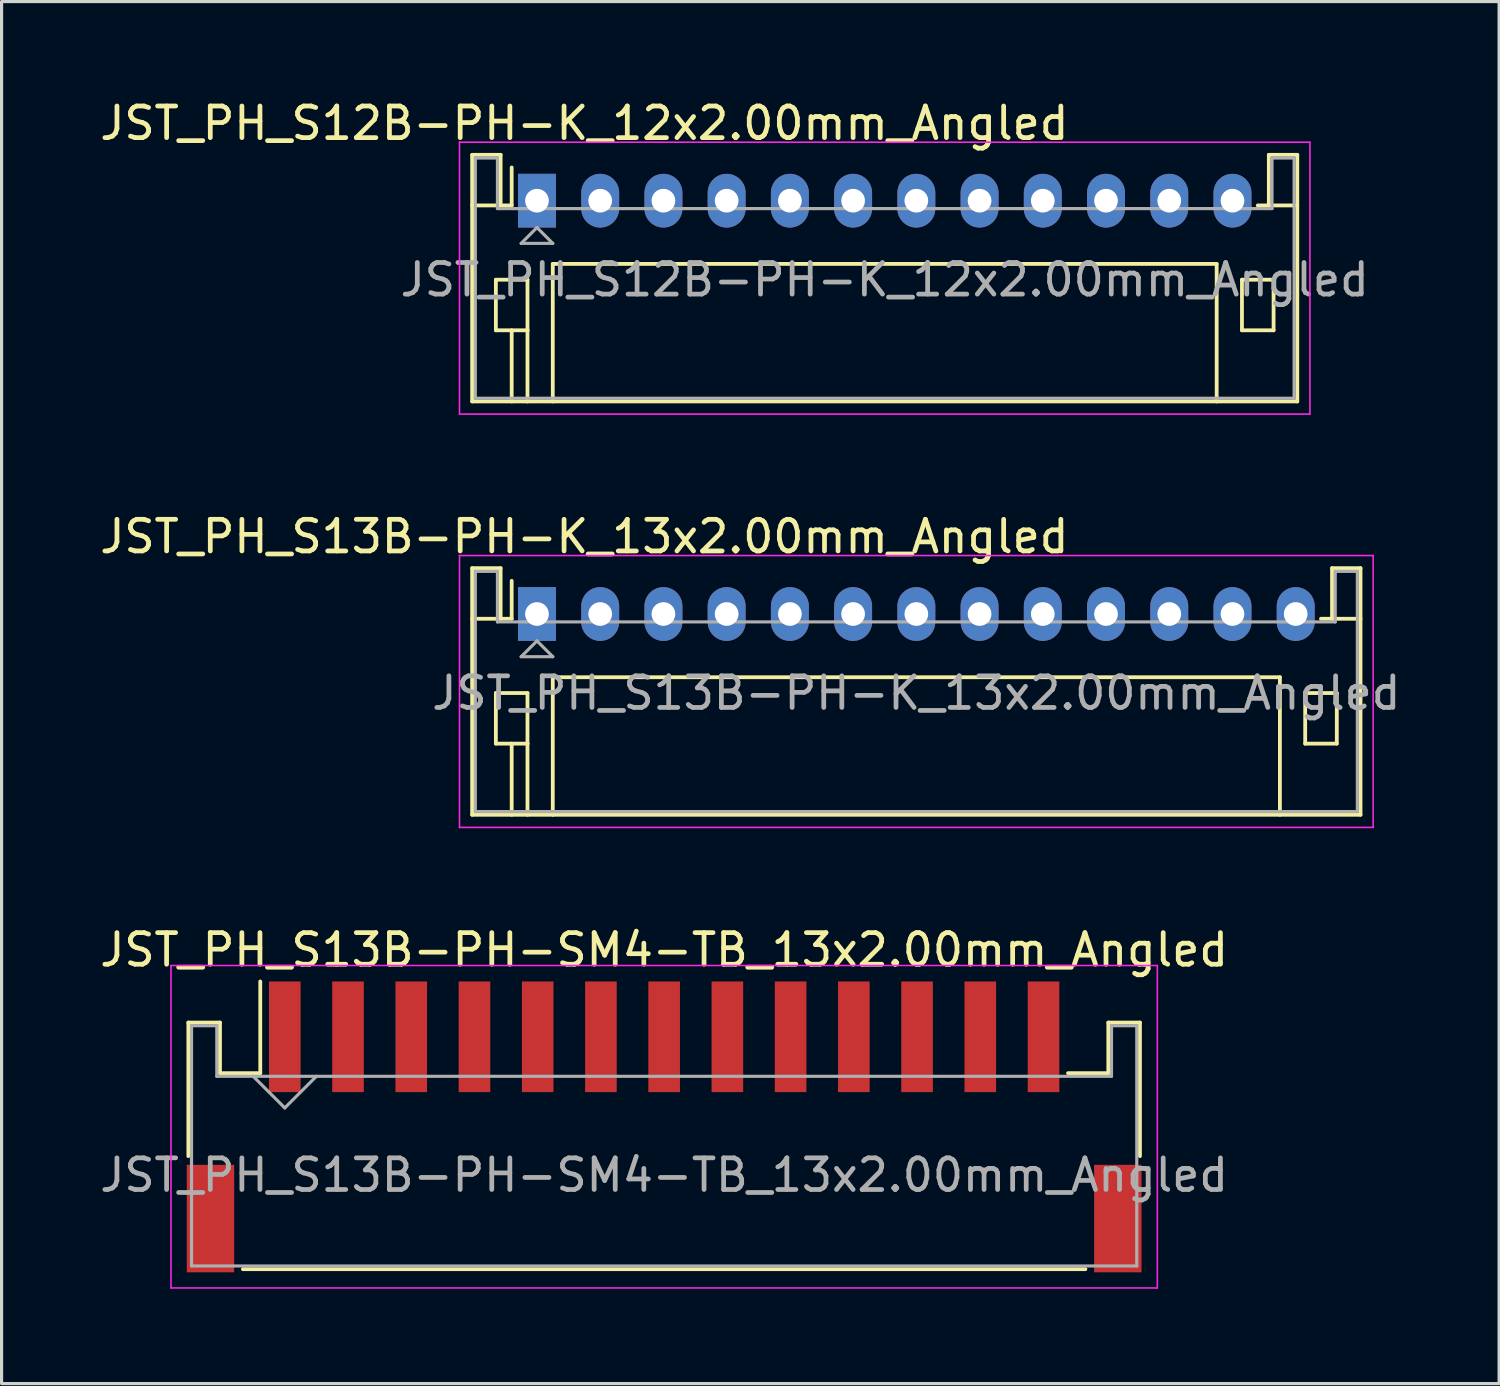
<source format=kicad_pcb>
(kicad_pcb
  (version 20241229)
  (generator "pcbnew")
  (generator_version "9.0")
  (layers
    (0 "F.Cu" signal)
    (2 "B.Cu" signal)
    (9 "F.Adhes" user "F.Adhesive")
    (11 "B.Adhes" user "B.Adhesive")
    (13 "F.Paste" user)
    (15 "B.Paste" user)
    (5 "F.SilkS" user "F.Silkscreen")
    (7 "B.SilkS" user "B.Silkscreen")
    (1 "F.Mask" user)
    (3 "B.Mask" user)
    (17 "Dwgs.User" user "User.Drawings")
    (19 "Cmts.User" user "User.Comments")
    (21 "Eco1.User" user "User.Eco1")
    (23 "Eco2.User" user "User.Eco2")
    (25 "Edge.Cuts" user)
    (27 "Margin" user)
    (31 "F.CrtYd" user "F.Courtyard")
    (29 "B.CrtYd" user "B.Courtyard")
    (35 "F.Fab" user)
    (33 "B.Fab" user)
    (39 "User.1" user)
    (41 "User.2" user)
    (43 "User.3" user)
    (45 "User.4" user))
  (footprint "JST_PH_S13B-PH-SM4-TB_13x2.00mm_Angled"
    (layer "F.Cu")
    (at 17.958 32.62)
    (property "Reference" "JST_PH_S13B-PH-SM4-TB_13x2.00mm_Angled" (at 0 -5.625 0) (layer "F.SilkS") (effects (font (size 1 1) (thickness 0.15))))
    (attr smd)
    (fp_line (start -15.05 -3.325) (end -15.05 0.9) (stroke (width 0.12) (type solid)) (layer "F.SilkS"))
    (fp_line (start -14.05 -3.325) (end -15.05 -3.325) (stroke (width 0.12) (type solid)) (layer "F.SilkS"))
    (fp_line (start -14.05 -1.725) (end -14.05 -3.325) (stroke (width 0.12) (type solid)) (layer "F.SilkS"))
    (fp_line (start -13.325 4.475) (end 13.325 4.475) (stroke (width 0.12) (type solid)) (layer "F.SilkS"))
    (fp_line (start -12.775 -1.725) (end -14.05 -1.725) (stroke (width 0.12) (type solid)) (layer "F.SilkS"))
    (fp_line (start -12.775 -1.725) (end -12.775 -4.625) (stroke (width 0.12) (type solid)) (layer "F.SilkS"))
    (fp_line (start 14.05 -3.325) (end 14.05 -1.725) (stroke (width 0.12) (type solid)) (layer "F.SilkS"))
    (fp_line (start 14.05 -1.725) (end 12.775 -1.725) (stroke (width 0.12) (type solid)) (layer "F.SilkS"))
    (fp_line (start 15.05 -3.325) (end 14.05 -3.325) (stroke (width 0.12) (type solid)) (layer "F.SilkS"))
    (fp_line (start 15.05 0.9) (end 15.05 -3.325) (stroke (width 0.12) (type solid)) (layer "F.SilkS"))
    (fp_line (start -15.6 -5.13) (end -15.6 5.07) (stroke (width 0.05) (type solid)) (layer "F.CrtYd"))
    (fp_line (start -15.6 5.07) (end 15.6 5.07) (stroke (width 0.05) (type solid)) (layer "F.CrtYd"))
    (fp_line (start 15.6 -5.13) (end -15.6 -5.13) (stroke (width 0.05) (type solid)) (layer "F.CrtYd"))
    (fp_line (start 15.6 5.07) (end 15.6 -5.13) (stroke (width 0.05) (type solid)) (layer "F.CrtYd"))
    (fp_line (start -14.95 -3.225) (end -14.95 4.375) (stroke (width 0.1) (type solid)) (layer "F.Fab"))
    (fp_line (start -14.95 4.375) (end 14.95 4.375) (stroke (width 0.1) (type solid)) (layer "F.Fab"))
    (fp_line (start -14.15 -3.225) (end -14.95 -3.225) (stroke (width 0.1) (type solid)) (layer "F.Fab"))
    (fp_line (start -14.15 -1.625) (end -14.15 -3.225) (stroke (width 0.1) (type solid)) (layer "F.Fab"))
    (fp_line (start -13 -1.625) (end -12 -0.625) (stroke (width 0.1) (type solid)) (layer "F.Fab"))
    (fp_line (start -12 -0.625) (end -11 -1.625) (stroke (width 0.1) (type solid)) (layer "F.Fab"))
    (fp_line (start 14.15 -3.225) (end 14.15 -1.625) (stroke (width 0.1) (type solid)) (layer "F.Fab"))
    (fp_line (start 14.15 -1.625) (end -14.15 -1.625) (stroke (width 0.1) (type solid)) (layer "F.Fab"))
    (fp_line (start 14.95 -3.225) (end 14.15 -3.225) (stroke (width 0.1) (type solid)) (layer "F.Fab"))
    (fp_line (start 14.95 4.375) (end 14.95 -3.225) (stroke (width 0.1) (type solid)) (layer "F.Fab"))
    (fp_text user "${REFERENCE}" (at 0 1.5 0) (layer "F.Fab") (effects (font (size 1 1) (thickness 0.15))))
    (pad "" smd rect (at -14.35 2.875) (size 1.5 3.4) (layers "F.Cu" "F.Mask" "F.Paste"))
    (pad "" smd rect (at 14.35 2.875) (size 1.5 3.4) (layers "F.Cu" "F.Mask" "F.Paste"))
    (pad "1" smd rect (at -12 -2.875) (size 1 3.5) (layers "F.Cu" "F.Mask" "F.Paste"))
    (pad "2" smd rect (at -10 -2.875) (size 1 3.5) (layers "F.Cu" "F.Mask" "F.Paste"))
    (pad "3" smd rect (at -8 -2.875) (size 1 3.5) (layers "F.Cu" "F.Mask" "F.Paste"))
    (pad "4" smd rect (at -6 -2.875) (size 1 3.5) (layers "F.Cu" "F.Mask" "F.Paste"))
    (pad "5" smd rect (at -4 -2.875) (size 1 3.5) (layers "F.Cu" "F.Mask" "F.Paste"))
    (pad "6" smd rect (at -2 -2.875) (size 1 3.5) (layers "F.Cu" "F.Mask" "F.Paste"))
    (pad "7" smd rect (at 0 -2.875) (size 1 3.5) (layers "F.Cu" "F.Mask" "F.Paste"))
    (pad "8" smd rect (at 2 -2.875) (size 1 3.5) (layers "F.Cu" "F.Mask" "F.Paste"))
    (pad "9" smd rect (at 4 -2.875) (size 1 3.5) (layers "F.Cu" "F.Mask" "F.Paste"))
    (pad "10" smd rect (at 6 -2.875) (size 1 3.5) (layers "F.Cu" "F.Mask" "F.Paste"))
    (pad "11" smd rect (at 8 -2.875) (size 1 3.5) (layers "F.Cu" "F.Mask" "F.Paste"))
    (pad "12" smd rect (at 10 -2.875) (size 1 3.5) (layers "F.Cu" "F.Mask" "F.Paste"))
    (pad "13" smd rect (at 12 -2.875) (size 1 3.5) (layers "F.Cu" "F.Mask" "F.Paste")))
  (footprint "JST_PH_S12B-PH-K_12x2.00mm_Angled"
    (layer "F.Cu")
    (at 13.935 3.298)
    (property "Reference" "JST_PH_S12B-PH-K_12x2.00mm_Angled" (at 1.5 -2.45 0) (layer "F.SilkS") (effects (font (size 1 1) (thickness 0.15))))
    (attr through_hole)
    (fp_line (start -2.05 -1.45) (end -2.05 6.35) (stroke (width 0.12) (type solid)) (layer "F.SilkS"))
    (fp_line (start -2.05 0.15) (end -1.15 0.15) (stroke (width 0.12) (type solid)) (layer "F.SilkS"))
    (fp_line (start -2.05 6.35) (end 24.05 6.35) (stroke (width 0.12) (type solid)) (layer "F.SilkS"))
    (fp_line (start -1.3 2.5) (end -1.3 4.1) (stroke (width 0.12) (type solid)) (layer "F.SilkS"))
    (fp_line (start -1.3 4.1) (end -0.3 4.1) (stroke (width 0.12) (type solid)) (layer "F.SilkS"))
    (fp_line (start -1.15 -1.45) (end -2.05 -1.45) (stroke (width 0.12) (type solid)) (layer "F.SilkS"))
    (fp_line (start -1.15 0.15) (end -1.15 -1.45) (stroke (width 0.12) (type solid)) (layer "F.SilkS"))
    (fp_line (start -0.8 0.15) (end -1.15 0.15) (stroke (width 0.12) (type solid)) (layer "F.SilkS"))
    (fp_line (start -0.8 0.15) (end -0.8 -1.05) (stroke (width 0.12) (type solid)) (layer "F.SilkS"))
    (fp_line (start -0.8 4.1) (end -0.8 6.35) (stroke (width 0.12) (type solid)) (layer "F.SilkS"))
    (fp_line (start -0.3 2.5) (end -1.3 2.5) (stroke (width 0.12) (type solid)) (layer "F.SilkS"))
    (fp_line (start -0.3 4.1) (end -0.3 2.5) (stroke (width 0.12) (type solid)) (layer "F.SilkS"))
    (fp_line (start -0.3 4.1) (end -0.3 6.35) (stroke (width 0.12) (type solid)) (layer "F.SilkS"))
    (fp_line (start 0.5 2) (end 21.5 2) (stroke (width 0.12) (type solid)) (layer "F.SilkS"))
    (fp_line (start 0.5 6.35) (end 0.5 2) (stroke (width 0.12) (type solid)) (layer "F.SilkS"))
    (fp_line (start 21.5 2) (end 21.5 6.35) (stroke (width 0.12) (type solid)) (layer "F.SilkS"))
    (fp_line (start 22.3 2.5) (end 23.3 2.5) (stroke (width 0.12) (type solid)) (layer "F.SilkS"))
    (fp_line (start 22.3 4.1) (end 22.3 2.5) (stroke (width 0.12) (type solid)) (layer "F.SilkS"))
    (fp_line (start 23.15 -1.45) (end 23.15 0.15) (stroke (width 0.12) (type solid)) (layer "F.SilkS"))
    (fp_line (start 23.15 0.15) (end 22.8 0.15) (stroke (width 0.12) (type solid)) (layer "F.SilkS"))
    (fp_line (start 23.3 2.5) (end 23.3 4.1) (stroke (width 0.12) (type solid)) (layer "F.SilkS"))
    (fp_line (start 23.3 4.1) (end 22.3 4.1) (stroke (width 0.12) (type solid)) (layer "F.SilkS"))
    (fp_line (start 24.05 -1.45) (end 23.15 -1.45) (stroke (width 0.12) (type solid)) (layer "F.SilkS"))
    (fp_line (start 24.05 0.15) (end 23.15 0.15) (stroke (width 0.12) (type solid)) (layer "F.SilkS"))
    (fp_line (start 24.05 6.35) (end 24.05 -1.45) (stroke (width 0.12) (type solid)) (layer "F.SilkS"))
    (fp_line (start -2.45 -1.85) (end -2.45 6.75) (stroke (width 0.05) (type solid)) (layer "F.CrtYd"))
    (fp_line (start -2.45 6.75) (end 24.45 6.75) (stroke (width 0.05) (type solid)) (layer "F.CrtYd"))
    (fp_line (start 24.45 -1.85) (end -2.45 -1.85) (stroke (width 0.05) (type solid)) (layer "F.CrtYd"))
    (fp_line (start 24.45 6.75) (end 24.45 -1.85) (stroke (width 0.05) (type solid)) (layer "F.CrtYd"))
    (fp_line (start -1.95 -1.35) (end -1.95 6.25) (stroke (width 0.1) (type solid)) (layer "F.Fab"))
    (fp_line (start -1.95 6.25) (end 23.95 6.25) (stroke (width 0.1) (type solid)) (layer "F.Fab"))
    (fp_line (start -1.25 -1.35) (end -1.95 -1.35) (stroke (width 0.1) (type solid)) (layer "F.Fab"))
    (fp_line (start -1.25 0.25) (end -1.25 -1.35) (stroke (width 0.1) (type solid)) (layer "F.Fab"))
    (fp_line (start -0.5 1.35) (end 0.5 1.35) (stroke (width 0.1) (type solid)) (layer "F.Fab"))
    (fp_line (start 0 0.85) (end -0.5 1.35) (stroke (width 0.1) (type solid)) (layer "F.Fab"))
    (fp_line (start 0.5 1.35) (end 0 0.85) (stroke (width 0.1) (type solid)) (layer "F.Fab"))
    (fp_line (start 23.25 -1.35) (end 23.25 0.25) (stroke (width 0.1) (type solid)) (layer "F.Fab"))
    (fp_line (start 23.25 0.25) (end -1.25 0.25) (stroke (width 0.1) (type solid)) (layer "F.Fab"))
    (fp_line (start 23.95 -1.35) (end 23.25 -1.35) (stroke (width 0.1) (type solid)) (layer "F.Fab"))
    (fp_line (start 23.95 6.25) (end 23.95 -1.35) (stroke (width 0.1) (type solid)) (layer "F.Fab"))
    (fp_text user "${REFERENCE}" (at 11 2.5 0) (layer "F.Fab") (effects (font (size 1 1) (thickness 0.15))))
    (pad "1" thru_hole rect (at 0 0) (size 1.2 1.7) (drill 0.75) (layers "*.Cu" "*.Mask"))
    (pad "2" thru_hole oval (at 2 0) (size 1.2 1.7) (drill 0.75) (layers "*.Cu" "*.Mask"))
    (pad "3" thru_hole oval (at 4 0) (size 1.2 1.7) (drill 0.75) (layers "*.Cu" "*.Mask"))
    (pad "4" thru_hole oval (at 6 0) (size 1.2 1.7) (drill 0.75) (layers "*.Cu" "*.Mask"))
    (pad "5" thru_hole oval (at 8 0) (size 1.2 1.7) (drill 0.75) (layers "*.Cu" "*.Mask"))
    (pad "6" thru_hole oval (at 10 0) (size 1.2 1.7) (drill 0.75) (layers "*.Cu" "*.Mask"))
    (pad "7" thru_hole oval (at 12 0) (size 1.2 1.7) (drill 0.75) (layers "*.Cu" "*.Mask"))
    (pad "8" thru_hole oval (at 14 0) (size 1.2 1.7) (drill 0.75) (layers "*.Cu" "*.Mask"))
    (pad "9" thru_hole oval (at 16 0) (size 1.2 1.7) (drill 0.75) (layers "*.Cu" "*.Mask"))
    (pad "10" thru_hole oval (at 18 0) (size 1.2 1.7) (drill 0.75) (layers "*.Cu" "*.Mask"))
    (pad "11" thru_hole oval (at 20 0) (size 1.2 1.7) (drill 0.75) (layers "*.Cu" "*.Mask"))
    (pad "12" thru_hole oval (at 22 0) (size 1.2 1.7) (drill 0.75) (layers "*.Cu" "*.Mask")))
  (footprint "JST_PH_S13B-PH-K_13x2.00mm_Angled"
    (layer "F.Cu")
    (at 13.935 16.372)
    (property "Reference" "JST_PH_S13B-PH-K_13x2.00mm_Angled" (at 1.5 -2.45 0) (layer "F.SilkS") (effects (font (size 1 1) (thickness 0.15))))
    (attr through_hole)
    (fp_line (start -2.05 -1.45) (end -2.05 6.35) (stroke (width 0.12) (type solid)) (layer "F.SilkS"))
    (fp_line (start -2.05 0.15) (end -1.15 0.15) (stroke (width 0.12) (type solid)) (layer "F.SilkS"))
    (fp_line (start -2.05 6.35) (end 26.05 6.35) (stroke (width 0.12) (type solid)) (layer "F.SilkS"))
    (fp_line (start -1.3 2.5) (end -1.3 4.1) (stroke (width 0.12) (type solid)) (layer "F.SilkS"))
    (fp_line (start -1.3 4.1) (end -0.3 4.1) (stroke (width 0.12) (type solid)) (layer "F.SilkS"))
    (fp_line (start -1.15 -1.45) (end -2.05 -1.45) (stroke (width 0.12) (type solid)) (layer "F.SilkS"))
    (fp_line (start -1.15 0.15) (end -1.15 -1.45) (stroke (width 0.12) (type solid)) (layer "F.SilkS"))
    (fp_line (start -0.8 0.15) (end -1.15 0.15) (stroke (width 0.12) (type solid)) (layer "F.SilkS"))
    (fp_line (start -0.8 0.15) (end -0.8 -1.05) (stroke (width 0.12) (type solid)) (layer "F.SilkS"))
    (fp_line (start -0.8 4.1) (end -0.8 6.35) (stroke (width 0.12) (type solid)) (layer "F.SilkS"))
    (fp_line (start -0.3 2.5) (end -1.3 2.5) (stroke (width 0.12) (type solid)) (layer "F.SilkS"))
    (fp_line (start -0.3 4.1) (end -0.3 2.5) (stroke (width 0.12) (type solid)) (layer "F.SilkS"))
    (fp_line (start -0.3 4.1) (end -0.3 6.35) (stroke (width 0.12) (type solid)) (layer "F.SilkS"))
    (fp_line (start 0.5 2) (end 23.5 2) (stroke (width 0.12) (type solid)) (layer "F.SilkS"))
    (fp_line (start 0.5 6.35) (end 0.5 2) (stroke (width 0.12) (type solid)) (layer "F.SilkS"))
    (fp_line (start 23.5 2) (end 23.5 6.35) (stroke (width 0.12) (type solid)) (layer "F.SilkS"))
    (fp_line (start 24.3 2.5) (end 25.3 2.5) (stroke (width 0.12) (type solid)) (layer "F.SilkS"))
    (fp_line (start 24.3 4.1) (end 24.3 2.5) (stroke (width 0.12) (type solid)) (layer "F.SilkS"))
    (fp_line (start 25.15 -1.45) (end 25.15 0.15) (stroke (width 0.12) (type solid)) (layer "F.SilkS"))
    (fp_line (start 25.15 0.15) (end 24.8 0.15) (stroke (width 0.12) (type solid)) (layer "F.SilkS"))
    (fp_line (start 25.3 2.5) (end 25.3 4.1) (stroke (width 0.12) (type solid)) (layer "F.SilkS"))
    (fp_line (start 25.3 4.1) (end 24.3 4.1) (stroke (width 0.12) (type solid)) (layer "F.SilkS"))
    (fp_line (start 26.05 -1.45) (end 25.15 -1.45) (stroke (width 0.12) (type solid)) (layer "F.SilkS"))
    (fp_line (start 26.05 0.15) (end 25.15 0.15) (stroke (width 0.12) (type solid)) (layer "F.SilkS"))
    (fp_line (start 26.05 6.35) (end 26.05 -1.45) (stroke (width 0.12) (type solid)) (layer "F.SilkS"))
    (fp_line (start -2.45 -1.85) (end -2.45 6.75) (stroke (width 0.05) (type solid)) (layer "F.CrtYd"))
    (fp_line (start -2.45 6.75) (end 26.45 6.75) (stroke (width 0.05) (type solid)) (layer "F.CrtYd"))
    (fp_line (start 26.45 -1.85) (end -2.45 -1.85) (stroke (width 0.05) (type solid)) (layer "F.CrtYd"))
    (fp_line (start 26.45 6.75) (end 26.45 -1.85) (stroke (width 0.05) (type solid)) (layer "F.CrtYd"))
    (fp_line (start -1.95 -1.35) (end -1.95 6.25) (stroke (width 0.1) (type solid)) (layer "F.Fab"))
    (fp_line (start -1.95 6.25) (end 25.95 6.25) (stroke (width 0.1) (type solid)) (layer "F.Fab"))
    (fp_line (start -1.25 -1.35) (end -1.95 -1.35) (stroke (width 0.1) (type solid)) (layer "F.Fab"))
    (fp_line (start -1.25 0.25) (end -1.25 -1.35) (stroke (width 0.1) (type solid)) (layer "F.Fab"))
    (fp_line (start -0.5 1.35) (end 0.5 1.35) (stroke (width 0.1) (type solid)) (layer "F.Fab"))
    (fp_line (start 0 0.85) (end -0.5 1.35) (stroke (width 0.1) (type solid)) (layer "F.Fab"))
    (fp_line (start 0.5 1.35) (end 0 0.85) (stroke (width 0.1) (type solid)) (layer "F.Fab"))
    (fp_line (start 25.25 -1.35) (end 25.25 0.25) (stroke (width 0.1) (type solid)) (layer "F.Fab"))
    (fp_line (start 25.25 0.25) (end -1.25 0.25) (stroke (width 0.1) (type solid)) (layer "F.Fab"))
    (fp_line (start 25.95 -1.35) (end 25.25 -1.35) (stroke (width 0.1) (type solid)) (layer "F.Fab"))
    (fp_line (start 25.95 6.25) (end 25.95 -1.35) (stroke (width 0.1) (type solid)) (layer "F.Fab"))
    (fp_text user "${REFERENCE}" (at 12 2.5 0) (layer "F.Fab") (effects (font (size 1 1) (thickness 0.15))))
    (pad "1" thru_hole rect (at 0 0) (size 1.2 1.7) (drill 0.75) (layers "*.Cu" "*.Mask"))
    (pad "2" thru_hole oval (at 2 0) (size 1.2 1.7) (drill 0.75) (layers "*.Cu" "*.Mask"))
    (pad "3" thru_hole oval (at 4 0) (size 1.2 1.7) (drill 0.75) (layers "*.Cu" "*.Mask"))
    (pad "4" thru_hole oval (at 6 0) (size 1.2 1.7) (drill 0.75) (layers "*.Cu" "*.Mask"))
    (pad "5" thru_hole oval (at 8 0) (size 1.2 1.7) (drill 0.75) (layers "*.Cu" "*.Mask"))
    (pad "6" thru_hole oval (at 10 0) (size 1.2 1.7) (drill 0.75) (layers "*.Cu" "*.Mask"))
    (pad "7" thru_hole oval (at 12 0) (size 1.2 1.7) (drill 0.75) (layers "*.Cu" "*.Mask"))
    (pad "8" thru_hole oval (at 14 0) (size 1.2 1.7) (drill 0.75) (layers "*.Cu" "*.Mask"))
    (pad "9" thru_hole oval (at 16 0) (size 1.2 1.7) (drill 0.75) (layers "*.Cu" "*.Mask"))
    (pad "10" thru_hole oval (at 18 0) (size 1.2 1.7) (drill 0.75) (layers "*.Cu" "*.Mask"))
    (pad "11" thru_hole oval (at 20 0) (size 1.2 1.7) (drill 0.75) (layers "*.Cu" "*.Mask"))
    (pad "12" thru_hole oval (at 22 0) (size 1.2 1.7) (drill 0.75) (layers "*.Cu" "*.Mask"))
    (pad "13" thru_hole oval (at 24 0) (size 1.2 1.7) (drill 0.75) (layers "*.Cu" "*.Mask")))
  (gr_rect
    (start -3 -3)
    (end 44.369 40.715)
    (stroke (width 0.1) (type default))
    (fill no)
    (layer "Edge.Cuts")))
</source>
